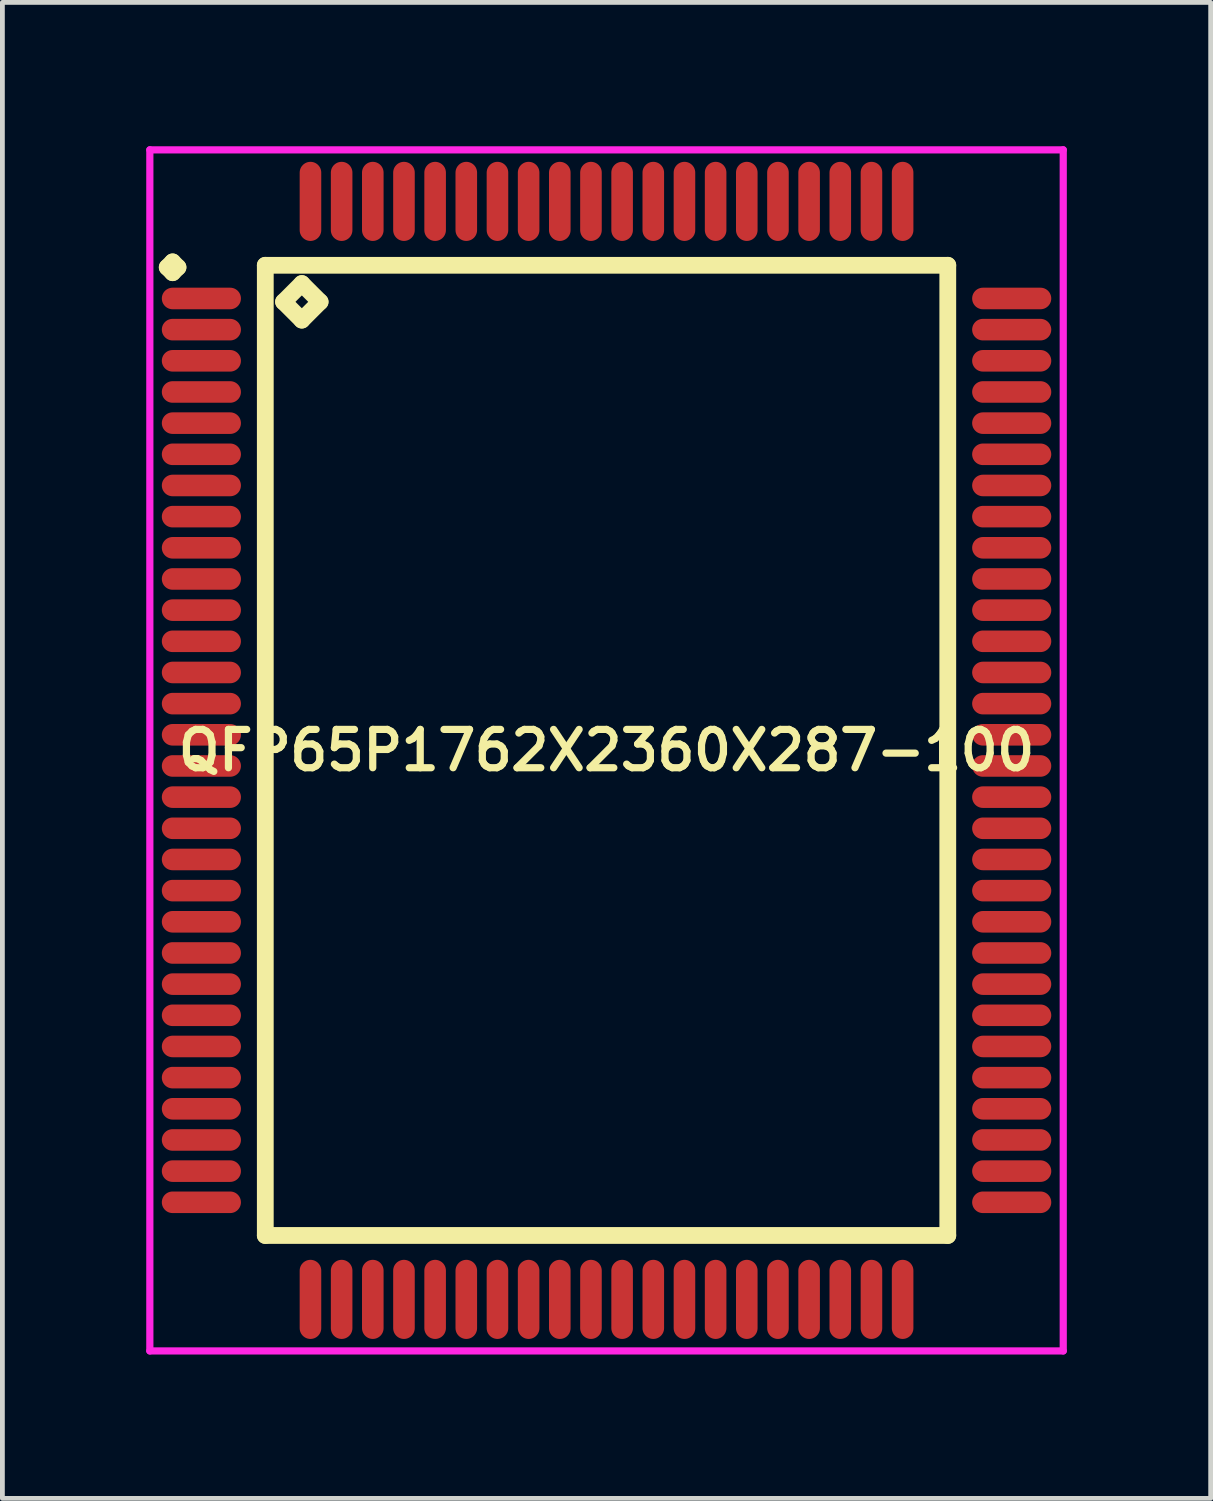
<source format=kicad_pcb>
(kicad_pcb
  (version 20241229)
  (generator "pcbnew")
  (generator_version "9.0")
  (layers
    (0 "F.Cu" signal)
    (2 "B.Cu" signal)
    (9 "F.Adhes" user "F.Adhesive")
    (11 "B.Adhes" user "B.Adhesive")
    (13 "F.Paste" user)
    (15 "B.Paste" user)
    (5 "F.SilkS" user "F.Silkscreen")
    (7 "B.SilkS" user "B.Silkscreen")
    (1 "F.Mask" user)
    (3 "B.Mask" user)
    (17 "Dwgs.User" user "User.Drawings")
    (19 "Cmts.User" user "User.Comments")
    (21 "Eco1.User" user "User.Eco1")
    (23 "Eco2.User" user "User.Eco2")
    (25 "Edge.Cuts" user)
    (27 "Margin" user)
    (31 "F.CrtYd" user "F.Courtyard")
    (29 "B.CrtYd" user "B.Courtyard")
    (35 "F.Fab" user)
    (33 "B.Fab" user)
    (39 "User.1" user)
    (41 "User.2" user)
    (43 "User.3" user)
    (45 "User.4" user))
  (footprint "QFP65P1762X2360X287-100"
    (layer "F.Cu")
    (at 9.6 12.6)
    (property "Reference" "QFP65P1762X2360X287-100" (at 0 0 0) (layer "F.SilkS") (effects (font (size 0.8 0.8) (thickness 0.15))))
    (attr smd)
    (fp_line (start -9.162 -10.075) (end -9.05 -10.188) (stroke (width 0.35) (type solid)) (layer "F.SilkS"))
    (fp_line (start -9.05 -10.188) (end -8.938 -10.075) (stroke (width 0.35) (type solid)) (layer "F.SilkS"))
    (fp_line (start -9.05 -9.963) (end -9.162 -10.075) (stroke (width 0.35) (type solid)) (layer "F.SilkS"))
    (fp_line (start -8.938 -10.075) (end -9.05 -9.963) (stroke (width 0.35) (type solid)) (layer "F.SilkS"))
    (fp_line (start -7.117 -10.117) (end -7.117 10.117) (stroke (width 0.35) (type solid)) (layer "F.SilkS"))
    (fp_line (start -7.117 10.117) (end 7.117 10.117) (stroke (width 0.35) (type solid)) (layer "F.SilkS"))
    (fp_line (start -6.736 -9.355) (end -6.355 -9.736) (stroke (width 0.35) (type solid)) (layer "F.SilkS"))
    (fp_line (start -6.355 -9.736) (end -5.974 -9.355) (stroke (width 0.35) (type solid)) (layer "F.SilkS"))
    (fp_line (start -6.355 -8.974) (end -6.736 -9.355) (stroke (width 0.35) (type solid)) (layer "F.SilkS"))
    (fp_line (start -5.974 -9.355) (end -6.355 -8.974) (stroke (width 0.35) (type solid)) (layer "F.SilkS"))
    (fp_line (start 7.117 -10.117) (end -7.117 -10.117) (stroke (width 0.35) (type solid)) (layer "F.SilkS"))
    (fp_line (start 7.117 10.117) (end 7.117 -10.117) (stroke (width 0.35) (type solid)) (layer "F.SilkS"))
    (fp_line (start -9.525 -12.525) (end 9.525 -12.525) (stroke (width 0.15) (type solid)) (layer "F.CrtYd"))
    (fp_line (start -9.525 12.525) (end -9.525 -12.525) (stroke (width 0.15) (type solid)) (layer "F.CrtYd"))
    (fp_line (start 9.525 -12.525) (end 9.525 12.525) (stroke (width 0.15) (type solid)) (layer "F.CrtYd"))
    (fp_line (start 9.525 12.525) (end -9.525 12.525) (stroke (width 0.15) (type solid)) (layer "F.CrtYd"))
    (pad "1" smd oval (at -8.45 -9.425) (size 1.65 0.45) (layers "F.Cu" "F.Mask" "F.Paste"))
    (pad "2" smd oval (at -8.45 -8.775) (size 1.65 0.45) (layers "F.Cu" "F.Mask" "F.Paste"))
    (pad "3" smd oval (at -8.45 -8.125) (size 1.65 0.45) (layers "F.Cu" "F.Mask" "F.Paste"))
    (pad "4" smd oval (at -8.45 -7.475) (size 1.65 0.45) (layers "F.Cu" "F.Mask" "F.Paste"))
    (pad "5" smd oval (at -8.45 -6.825) (size 1.65 0.45) (layers "F.Cu" "F.Mask" "F.Paste"))
    (pad "6" smd oval (at -8.45 -6.175) (size 1.65 0.45) (layers "F.Cu" "F.Mask" "F.Paste"))
    (pad "7" smd oval (at -8.45 -5.525) (size 1.65 0.45) (layers "F.Cu" "F.Mask" "F.Paste"))
    (pad "8" smd oval (at -8.45 -4.875) (size 1.65 0.45) (layers "F.Cu" "F.Mask" "F.Paste"))
    (pad "9" smd oval (at -8.45 -4.225) (size 1.65 0.45) (layers "F.Cu" "F.Mask" "F.Paste"))
    (pad "10" smd oval (at -8.45 -3.575) (size 1.65 0.45) (layers "F.Cu" "F.Mask" "F.Paste"))
    (pad "11" smd oval (at -8.45 -2.925) (size 1.65 0.45) (layers "F.Cu" "F.Mask" "F.Paste"))
    (pad "12" smd oval (at -8.45 -2.275) (size 1.65 0.45) (layers "F.Cu" "F.Mask" "F.Paste"))
    (pad "13" smd oval (at -8.45 -1.625) (size 1.65 0.45) (layers "F.Cu" "F.Mask" "F.Paste"))
    (pad "14" smd oval (at -8.45 -0.975) (size 1.65 0.45) (layers "F.Cu" "F.Mask" "F.Paste"))
    (pad "15" smd oval (at -8.45 -0.325) (size 1.65 0.45) (layers "F.Cu" "F.Mask" "F.Paste"))
    (pad "16" smd oval (at -8.45 0.325) (size 1.65 0.45) (layers "F.Cu" "F.Mask" "F.Paste"))
    (pad "17" smd oval (at -8.45 0.975) (size 1.65 0.45) (layers "F.Cu" "F.Mask" "F.Paste"))
    (pad "18" smd oval (at -8.45 1.625) (size 1.65 0.45) (layers "F.Cu" "F.Mask" "F.Paste"))
    (pad "19" smd oval (at -8.45 2.275) (size 1.65 0.45) (layers "F.Cu" "F.Mask" "F.Paste"))
    (pad "20" smd oval (at -8.45 2.925) (size 1.65 0.45) (layers "F.Cu" "F.Mask" "F.Paste"))
    (pad "21" smd oval (at -8.45 3.575) (size 1.65 0.45) (layers "F.Cu" "F.Mask" "F.Paste"))
    (pad "22" smd oval (at -8.45 4.225) (size 1.65 0.45) (layers "F.Cu" "F.Mask" "F.Paste"))
    (pad "23" smd oval (at -8.45 4.875) (size 1.65 0.45) (layers "F.Cu" "F.Mask" "F.Paste"))
    (pad "24" smd oval (at -8.45 5.525) (size 1.65 0.45) (layers "F.Cu" "F.Mask" "F.Paste"))
    (pad "25" smd oval (at -8.45 6.175) (size 1.65 0.45) (layers "F.Cu" "F.Mask" "F.Paste"))
    (pad "26" smd oval (at -8.45 6.825) (size 1.65 0.45) (layers "F.Cu" "F.Mask" "F.Paste"))
    (pad "27" smd oval (at -8.45 7.475) (size 1.65 0.45) (layers "F.Cu" "F.Mask" "F.Paste"))
    (pad "28" smd oval (at -8.45 8.125) (size 1.65 0.45) (layers "F.Cu" "F.Mask" "F.Paste"))
    (pad "29" smd oval (at -8.45 8.775) (size 1.65 0.45) (layers "F.Cu" "F.Mask" "F.Paste"))
    (pad "30" smd oval (at -8.45 9.425) (size 1.65 0.45) (layers "F.Cu" "F.Mask" "F.Paste"))
    (pad "31" smd oval (at -6.175 11.45) (size 0.45 1.65) (layers "F.Cu" "F.Mask" "F.Paste"))
    (pad "32" smd oval (at -5.525 11.45) (size 0.45 1.65) (layers "F.Cu" "F.Mask" "F.Paste"))
    (pad "33" smd oval (at -4.875 11.45) (size 0.45 1.65) (layers "F.Cu" "F.Mask" "F.Paste"))
    (pad "34" smd oval (at -4.225 11.45) (size 0.45 1.65) (layers "F.Cu" "F.Mask" "F.Paste"))
    (pad "35" smd oval (at -3.575 11.45) (size 0.45 1.65) (layers "F.Cu" "F.Mask" "F.Paste"))
    (pad "36" smd oval (at -2.925 11.45) (size 0.45 1.65) (layers "F.Cu" "F.Mask" "F.Paste"))
    (pad "37" smd oval (at -2.275 11.45) (size 0.45 1.65) (layers "F.Cu" "F.Mask" "F.Paste"))
    (pad "38" smd oval (at -1.625 11.45) (size 0.45 1.65) (layers "F.Cu" "F.Mask" "F.Paste"))
    (pad "39" smd oval (at -0.975 11.45) (size 0.45 1.65) (layers "F.Cu" "F.Mask" "F.Paste"))
    (pad "40" smd oval (at -0.325 11.45) (size 0.45 1.65) (layers "F.Cu" "F.Mask" "F.Paste"))
    (pad "41" smd oval (at 0.325 11.45) (size 0.45 1.65) (layers "F.Cu" "F.Mask" "F.Paste"))
    (pad "42" smd oval (at 0.975 11.45) (size 0.45 1.65) (layers "F.Cu" "F.Mask" "F.Paste"))
    (pad "43" smd oval (at 1.625 11.45) (size 0.45 1.65) (layers "F.Cu" "F.Mask" "F.Paste"))
    (pad "44" smd oval (at 2.275 11.45) (size 0.45 1.65) (layers "F.Cu" "F.Mask" "F.Paste"))
    (pad "45" smd oval (at 2.925 11.45) (size 0.45 1.65) (layers "F.Cu" "F.Mask" "F.Paste"))
    (pad "46" smd oval (at 3.575 11.45) (size 0.45 1.65) (layers "F.Cu" "F.Mask" "F.Paste"))
    (pad "47" smd oval (at 4.225 11.45) (size 0.45 1.65) (layers "F.Cu" "F.Mask" "F.Paste"))
    (pad "48" smd oval (at 4.875 11.45) (size 0.45 1.65) (layers "F.Cu" "F.Mask" "F.Paste"))
    (pad "49" smd oval (at 5.525 11.45) (size 0.45 1.65) (layers "F.Cu" "F.Mask" "F.Paste"))
    (pad "50" smd oval (at 6.175 11.45) (size 0.45 1.65) (layers "F.Cu" "F.Mask" "F.Paste"))
    (pad "51" smd oval (at 8.45 9.425) (size 1.65 0.45) (layers "F.Cu" "F.Mask" "F.Paste"))
    (pad "52" smd oval (at 8.45 8.775) (size 1.65 0.45) (layers "F.Cu" "F.Mask" "F.Paste"))
    (pad "53" smd oval (at 8.45 8.125) (size 1.65 0.45) (layers "F.Cu" "F.Mask" "F.Paste"))
    (pad "54" smd oval (at 8.45 7.475) (size 1.65 0.45) (layers "F.Cu" "F.Mask" "F.Paste"))
    (pad "55" smd oval (at 8.45 6.825) (size 1.65 0.45) (layers "F.Cu" "F.Mask" "F.Paste"))
    (pad "56" smd oval (at 8.45 6.175) (size 1.65 0.45) (layers "F.Cu" "F.Mask" "F.Paste"))
    (pad "57" smd oval (at 8.45 5.525) (size 1.65 0.45) (layers "F.Cu" "F.Mask" "F.Paste"))
    (pad "58" smd oval (at 8.45 4.875) (size 1.65 0.45) (layers "F.Cu" "F.Mask" "F.Paste"))
    (pad "59" smd oval (at 8.45 4.225) (size 1.65 0.45) (layers "F.Cu" "F.Mask" "F.Paste"))
    (pad "60" smd oval (at 8.45 3.575) (size 1.65 0.45) (layers "F.Cu" "F.Mask" "F.Paste"))
    (pad "61" smd oval (at 8.45 2.925) (size 1.65 0.45) (layers "F.Cu" "F.Mask" "F.Paste"))
    (pad "62" smd oval (at 8.45 2.275) (size 1.65 0.45) (layers "F.Cu" "F.Mask" "F.Paste"))
    (pad "63" smd oval (at 8.45 1.625) (size 1.65 0.45) (layers "F.Cu" "F.Mask" "F.Paste"))
    (pad "64" smd oval (at 8.45 0.975) (size 1.65 0.45) (layers "F.Cu" "F.Mask" "F.Paste"))
    (pad "65" smd oval (at 8.45 0.325) (size 1.65 0.45) (layers "F.Cu" "F.Mask" "F.Paste"))
    (pad "66" smd oval (at 8.45 -0.325) (size 1.65 0.45) (layers "F.Cu" "F.Mask" "F.Paste"))
    (pad "67" smd oval (at 8.45 -0.975) (size 1.65 0.45) (layers "F.Cu" "F.Mask" "F.Paste"))
    (pad "68" smd oval (at 8.45 -1.625) (size 1.65 0.45) (layers "F.Cu" "F.Mask" "F.Paste"))
    (pad "69" smd oval (at 8.45 -2.275) (size 1.65 0.45) (layers "F.Cu" "F.Mask" "F.Paste"))
    (pad "70" smd oval (at 8.45 -2.925) (size 1.65 0.45) (layers "F.Cu" "F.Mask" "F.Paste"))
    (pad "71" smd oval (at 8.45 -3.575) (size 1.65 0.45) (layers "F.Cu" "F.Mask" "F.Paste"))
    (pad "72" smd oval (at 8.45 -4.225) (size 1.65 0.45) (layers "F.Cu" "F.Mask" "F.Paste"))
    (pad "73" smd oval (at 8.45 -4.875) (size 1.65 0.45) (layers "F.Cu" "F.Mask" "F.Paste"))
    (pad "74" smd oval (at 8.45 -5.525) (size 1.65 0.45) (layers "F.Cu" "F.Mask" "F.Paste"))
    (pad "75" smd oval (at 8.45 -6.175) (size 1.65 0.45) (layers "F.Cu" "F.Mask" "F.Paste"))
    (pad "76" smd oval (at 8.45 -6.825) (size 1.65 0.45) (layers "F.Cu" "F.Mask" "F.Paste"))
    (pad "77" smd oval (at 8.45 -7.475) (size 1.65 0.45) (layers "F.Cu" "F.Mask" "F.Paste"))
    (pad "78" smd oval (at 8.45 -8.125) (size 1.65 0.45) (layers "F.Cu" "F.Mask" "F.Paste"))
    (pad "79" smd oval (at 8.45 -8.775) (size 1.65 0.45) (layers "F.Cu" "F.Mask" "F.Paste"))
    (pad "80" smd oval (at 8.45 -9.425) (size 1.65 0.45) (layers "F.Cu" "F.Mask" "F.Paste"))
    (pad "81" smd oval (at 6.175 -11.45) (size 0.45 1.65) (layers "F.Cu" "F.Mask" "F.Paste"))
    (pad "82" smd oval (at 5.525 -11.45) (size 0.45 1.65) (layers "F.Cu" "F.Mask" "F.Paste"))
    (pad "83" smd oval (at 4.875 -11.45) (size 0.45 1.65) (layers "F.Cu" "F.Mask" "F.Paste"))
    (pad "84" smd oval (at 4.225 -11.45) (size 0.45 1.65) (layers "F.Cu" "F.Mask" "F.Paste"))
    (pad "85" smd oval (at 3.575 -11.45) (size 0.45 1.65) (layers "F.Cu" "F.Mask" "F.Paste"))
    (pad "86" smd oval (at 2.925 -11.45) (size 0.45 1.65) (layers "F.Cu" "F.Mask" "F.Paste"))
    (pad "87" smd oval (at 2.275 -11.45) (size 0.45 1.65) (layers "F.Cu" "F.Mask" "F.Paste"))
    (pad "88" smd oval (at 1.625 -11.45) (size 0.45 1.65) (layers "F.Cu" "F.Mask" "F.Paste"))
    (pad "89" smd oval (at 0.975 -11.45) (size 0.45 1.65) (layers "F.Cu" "F.Mask" "F.Paste"))
    (pad "90" smd oval (at 0.325 -11.45) (size 0.45 1.65) (layers "F.Cu" "F.Mask" "F.Paste"))
    (pad "91" smd oval (at -0.325 -11.45) (size 0.45 1.65) (layers "F.Cu" "F.Mask" "F.Paste"))
    (pad "92" smd oval (at -0.975 -11.45) (size 0.45 1.65) (layers "F.Cu" "F.Mask" "F.Paste"))
    (pad "93" smd oval (at -1.625 -11.45) (size 0.45 1.65) (layers "F.Cu" "F.Mask" "F.Paste"))
    (pad "94" smd oval (at -2.275 -11.45) (size 0.45 1.65) (layers "F.Cu" "F.Mask" "F.Paste"))
    (pad "95" smd oval (at -2.925 -11.45) (size 0.45 1.65) (layers "F.Cu" "F.Mask" "F.Paste"))
    (pad "96" smd oval (at -3.575 -11.45) (size 0.45 1.65) (layers "F.Cu" "F.Mask" "F.Paste"))
    (pad "97" smd oval (at -4.225 -11.45) (size 0.45 1.65) (layers "F.Cu" "F.Mask" "F.Paste"))
    (pad "98" smd oval (at -4.875 -11.45) (size 0.45 1.65) (layers "F.Cu" "F.Mask" "F.Paste"))
    (pad "99" smd oval (at -5.525 -11.45) (size 0.45 1.65) (layers "F.Cu" "F.Mask" "F.Paste"))
    (pad "100" smd oval (at -6.175 -11.45) (size 0.45 1.65) (layers "F.Cu" "F.Mask" "F.Paste")))
  (gr_rect
    (start -3 -3)
    (end 22.2 28.2)
    (stroke (width 0.1) (type default))
    (fill no)
    (layer "Edge.Cuts")))
</source>
